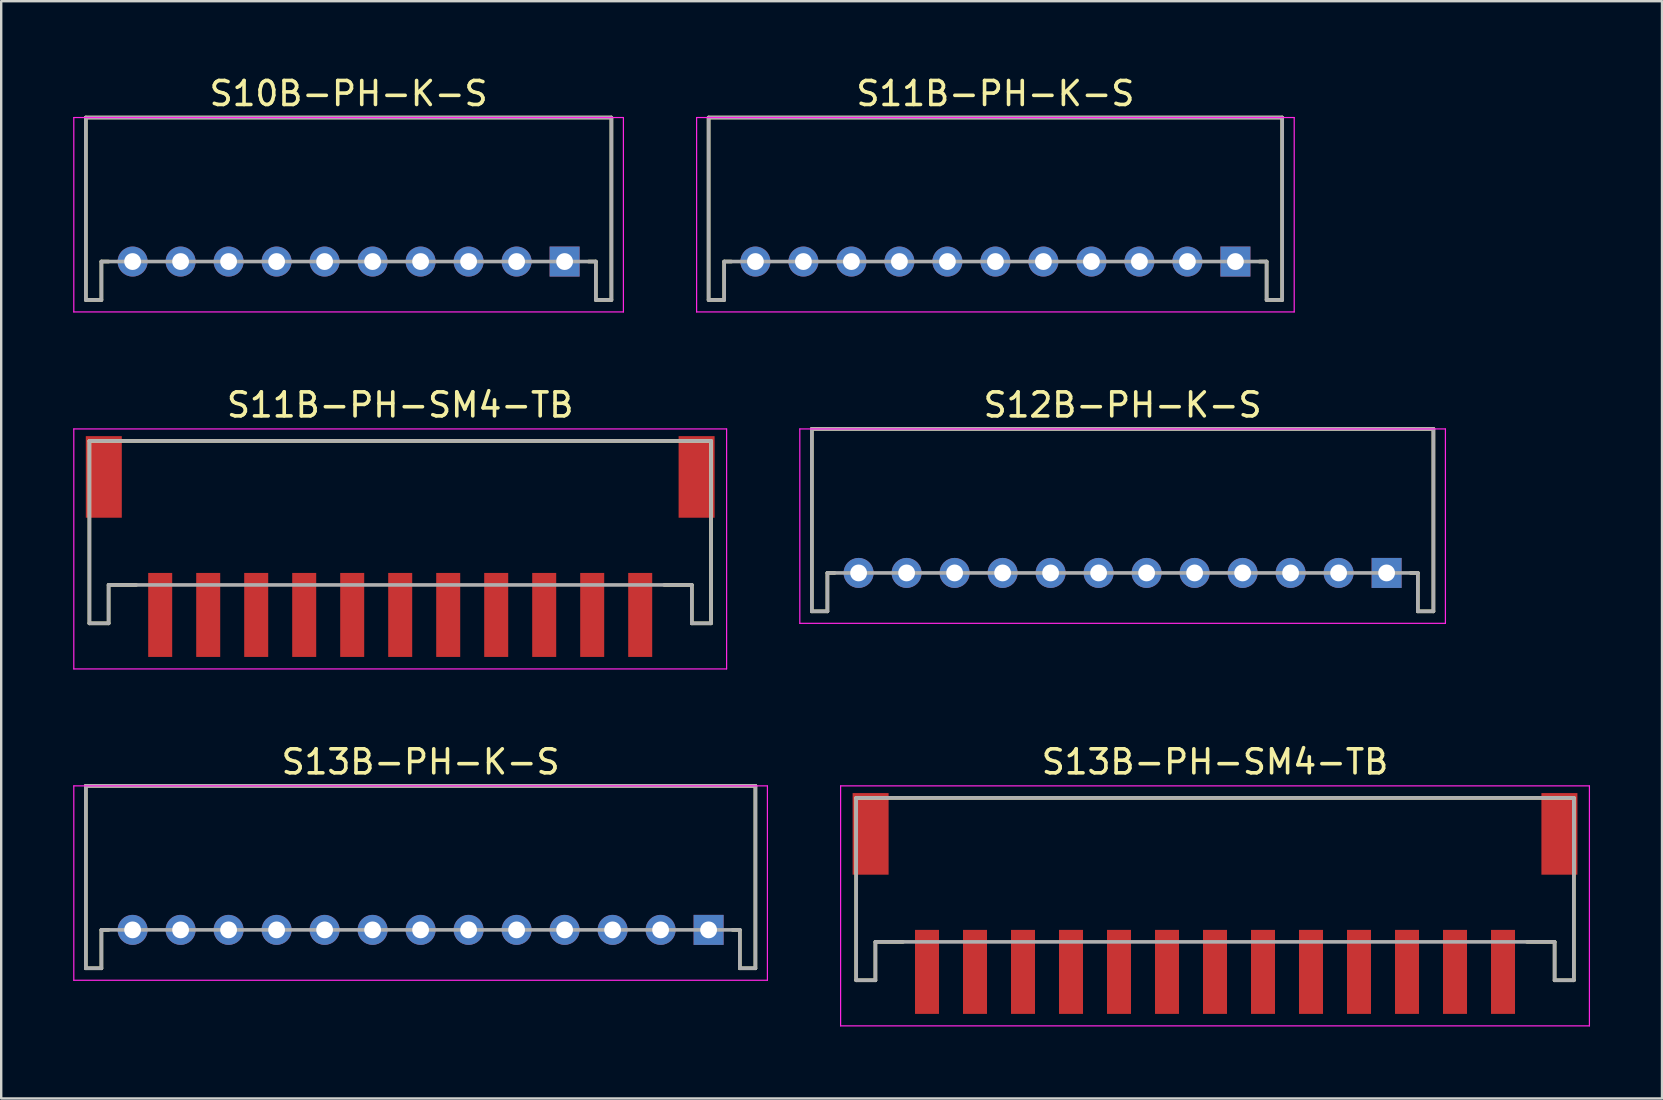
<source format=kicad_pcb>
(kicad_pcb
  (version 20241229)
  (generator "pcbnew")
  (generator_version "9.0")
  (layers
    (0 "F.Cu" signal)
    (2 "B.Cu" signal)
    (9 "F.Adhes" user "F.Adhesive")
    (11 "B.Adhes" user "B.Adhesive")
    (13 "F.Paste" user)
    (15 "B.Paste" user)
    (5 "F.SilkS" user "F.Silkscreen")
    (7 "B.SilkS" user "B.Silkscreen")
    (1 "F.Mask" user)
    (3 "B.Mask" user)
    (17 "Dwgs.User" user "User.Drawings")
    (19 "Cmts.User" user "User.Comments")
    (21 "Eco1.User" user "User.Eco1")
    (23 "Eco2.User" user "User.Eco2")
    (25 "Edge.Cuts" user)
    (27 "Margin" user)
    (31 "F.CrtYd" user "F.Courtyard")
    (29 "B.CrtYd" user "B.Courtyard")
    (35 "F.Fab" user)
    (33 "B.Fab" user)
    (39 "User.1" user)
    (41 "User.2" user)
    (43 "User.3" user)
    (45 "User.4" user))
  (footprint "S10B-PH-K-S"
    (layer "F.Cu")
    (at 11.475 7.848)
    (property "Reference" "S10B-PH-K-S" (at 0 -7 0) (layer "F.SilkS") (effects (font (size 1 1) (thickness 0.15))))
    (attr smd)
    (fp_line (start -10.95 -6) (end -10.95 1.6) (stroke (width 0.15) (type solid)) (layer "F.SilkS"))
    (fp_line (start -10.95 -6) (end 10.95 -6) (stroke (width 0.15) (type solid)) (layer "F.SilkS"))
    (fp_line (start -10.95 1.6) (end -10.3 1.6) (stroke (width 0.15) (type solid)) (layer "F.SilkS"))
    (fp_line (start -10.3 0) (end -10.3 1.6) (stroke (width 0.15) (type solid)) (layer "F.SilkS"))
    (fp_line (start -10.3 0) (end -10 0) (stroke (width 0.15) (type solid)) (layer "F.SilkS"))
    (fp_line (start 10 0) (end 10.3 0) (stroke (width 0.15) (type solid)) (layer "F.SilkS"))
    (fp_line (start 10.3 0) (end 10.3 1.6) (stroke (width 0.15) (type solid)) (layer "F.SilkS"))
    (fp_line (start 10.3 1.6) (end 10.95 1.6) (stroke (width 0.15) (type solid)) (layer "F.SilkS"))
    (fp_line (start 10.95 -6) (end 10.95 1.6) (stroke (width 0.15) (type solid)) (layer "F.SilkS"))
    (fp_line (start -11.45 -6) (end -11.45 2.1) (stroke (width 0.05) (type solid)) (layer "F.CrtYd"))
    (fp_line (start -11.45 -6) (end 11.45 -6) (stroke (width 0.05) (type solid)) (layer "F.CrtYd"))
    (fp_line (start -11.45 2.1) (end 11.45 2.1) (stroke (width 0.05) (type solid)) (layer "F.CrtYd"))
    (fp_line (start 11.45 -6) (end 11.45 2.1) (stroke (width 0.05) (type solid)) (layer "F.CrtYd"))
    (fp_line (start -10.95 -6) (end -10.95 1.6) (stroke (width 0.15) (type solid)) (layer "F.Fab"))
    (fp_line (start -10.95 -6) (end 10.95 -6) (stroke (width 0.15) (type solid)) (layer "F.Fab"))
    (fp_line (start -10.95 1.6) (end -10.3 1.6) (stroke (width 0.15) (type solid)) (layer "F.Fab"))
    (fp_line (start -10.3 0) (end -10.3 1.6) (stroke (width 0.15) (type solid)) (layer "F.Fab"))
    (fp_line (start -10.3 0) (end 10.3 0) (stroke (width 0.15) (type solid)) (layer "F.Fab"))
    (fp_line (start 10.3 0) (end 10.3 1.6) (stroke (width 0.15) (type solid)) (layer "F.Fab"))
    (fp_line (start 10.3 1.6) (end 10.95 1.6) (stroke (width 0.15) (type solid)) (layer "F.Fab"))
    (fp_line (start 10.95 -6) (end 10.95 1.6) (stroke (width 0.15) (type solid)) (layer "F.Fab"))
    (pad "1" thru_hole rect (at 9 0 180) (size 1.25 1.25) (drill 0.7) (layers "*.Cu" "*.Mask"))
    (pad "2" thru_hole circle (at 7 0 180) (size 1.25 1.25) (drill 0.7) (layers "*.Cu" "*.Mask"))
    (pad "3" thru_hole circle (at 5 0 180) (size 1.25 1.25) (drill 0.7) (layers "*.Cu" "*.Mask"))
    (pad "4" thru_hole circle (at 3 0 180) (size 1.25 1.25) (drill 0.7) (layers "*.Cu" "*.Mask"))
    (pad "5" thru_hole circle (at 1 0 180) (size 1.25 1.25) (drill 0.7) (layers "*.Cu" "*.Mask"))
    (pad "6" thru_hole circle (at -1 0 180) (size 1.25 1.25) (drill 0.7) (layers "*.Cu" "*.Mask"))
    (pad "7" thru_hole circle (at -3 0 180) (size 1.25 1.25) (drill 0.7) (layers "*.Cu" "*.Mask"))
    (pad "8" thru_hole circle (at -5 0 180) (size 1.25 1.25) (drill 0.7) (layers "*.Cu" "*.Mask"))
    (pad "9" thru_hole circle (at -7 0 180) (size 1.25 1.25) (drill 0.7) (layers "*.Cu" "*.Mask"))
    (pad "10" thru_hole circle (at -9 0 180) (size 1.25 1.25) (drill 0.7) (layers "*.Cu" "*.Mask")))
  (footprint "S12B-PH-K-S"
    (layer "F.Cu")
    (at 43.725 20.822)
    (property "Reference" "S12B-PH-K-S" (at 0 -7 0) (layer "F.SilkS") (effects (font (size 1 1) (thickness 0.15))))
    (attr smd)
    (fp_line (start -12.95 -6) (end -12.95 1.6) (stroke (width 0.15) (type solid)) (layer "F.SilkS"))
    (fp_line (start -12.95 -6) (end 12.95 -6) (stroke (width 0.15) (type solid)) (layer "F.SilkS"))
    (fp_line (start -12.95 1.6) (end -12.3 1.6) (stroke (width 0.15) (type solid)) (layer "F.SilkS"))
    (fp_line (start -12.3 0) (end -12.3 1.6) (stroke (width 0.15) (type solid)) (layer "F.SilkS"))
    (fp_line (start -12.3 0) (end -12 0) (stroke (width 0.15) (type solid)) (layer "F.SilkS"))
    (fp_line (start 12 0) (end 12.3 0) (stroke (width 0.15) (type solid)) (layer "F.SilkS"))
    (fp_line (start 12.3 0) (end 12.3 1.6) (stroke (width 0.15) (type solid)) (layer "F.SilkS"))
    (fp_line (start 12.3 1.6) (end 12.95 1.6) (stroke (width 0.15) (type solid)) (layer "F.SilkS"))
    (fp_line (start 12.95 -6) (end 12.95 1.6) (stroke (width 0.15) (type solid)) (layer "F.SilkS"))
    (fp_line (start -13.45 -6) (end -13.45 2.1) (stroke (width 0.05) (type solid)) (layer "F.CrtYd"))
    (fp_line (start -13.45 -6) (end 13.45 -6) (stroke (width 0.05) (type solid)) (layer "F.CrtYd"))
    (fp_line (start -13.45 2.1) (end 13.45 2.1) (stroke (width 0.05) (type solid)) (layer "F.CrtYd"))
    (fp_line (start 13.45 -6) (end 13.45 2.1) (stroke (width 0.05) (type solid)) (layer "F.CrtYd"))
    (fp_line (start -12.95 -6) (end -12.95 1.6) (stroke (width 0.15) (type solid)) (layer "F.Fab"))
    (fp_line (start -12.95 -6) (end 12.95 -6) (stroke (width 0.15) (type solid)) (layer "F.Fab"))
    (fp_line (start -12.95 1.6) (end -12.3 1.6) (stroke (width 0.15) (type solid)) (layer "F.Fab"))
    (fp_line (start -12.3 0) (end -12.3 1.6) (stroke (width 0.15) (type solid)) (layer "F.Fab"))
    (fp_line (start -12.3 0) (end 12.3 0) (stroke (width 0.15) (type solid)) (layer "F.Fab"))
    (fp_line (start 12.3 0) (end 12.3 1.6) (stroke (width 0.15) (type solid)) (layer "F.Fab"))
    (fp_line (start 12.3 1.6) (end 12.95 1.6) (stroke (width 0.15) (type solid)) (layer "F.Fab"))
    (fp_line (start 12.95 -6) (end 12.95 1.6) (stroke (width 0.15) (type solid)) (layer "F.Fab"))
    (pad "1" thru_hole rect (at 11 0 180) (size 1.25 1.25) (drill 0.7) (layers "*.Cu" "*.Mask"))
    (pad "2" thru_hole circle (at 9 0 180) (size 1.25 1.25) (drill 0.7) (layers "*.Cu" "*.Mask"))
    (pad "3" thru_hole circle (at 7 0 180) (size 1.25 1.25) (drill 0.7) (layers "*.Cu" "*.Mask"))
    (pad "4" thru_hole circle (at 5 0 180) (size 1.25 1.25) (drill 0.7) (layers "*.Cu" "*.Mask"))
    (pad "5" thru_hole circle (at 3 0 180) (size 1.25 1.25) (drill 0.7) (layers "*.Cu" "*.Mask"))
    (pad "6" thru_hole circle (at 1 0 180) (size 1.25 1.25) (drill 0.7) (layers "*.Cu" "*.Mask"))
    (pad "7" thru_hole circle (at -1 0 180) (size 1.25 1.25) (drill 0.7) (layers "*.Cu" "*.Mask"))
    (pad "8" thru_hole circle (at -3 0 180) (size 1.25 1.25) (drill 0.7) (layers "*.Cu" "*.Mask"))
    (pad "9" thru_hole circle (at -5 0 180) (size 1.25 1.25) (drill 0.7) (layers "*.Cu" "*.Mask"))
    (pad "10" thru_hole circle (at -7 0 180) (size 1.25 1.25) (drill 0.7) (layers "*.Cu" "*.Mask"))
    (pad "11" thru_hole circle (at -9 0 180) (size 1.25 1.25) (drill 0.7) (layers "*.Cu" "*.Mask"))
    (pad "12" thru_hole circle (at -11 0 180) (size 1.25 1.25) (drill 0.7) (layers "*.Cu" "*.Mask")))
  (footprint "S11B-PH-SM4-TB"
    (layer "F.Cu")
    (at 13.625 20.822)
    (property "Reference" "S11B-PH-SM4-TB" (at 0 -7 0) (layer "F.SilkS") (effects (font (size 1 1) (thickness 0.15))))
    (attr smd)
    (fp_line (start -12.95 -5.5) (end -12.95 2.1) (stroke (width 0.15) (type solid)) (layer "F.SilkS"))
    (fp_line (start -12.95 -5.5) (end 12.95 -5.5) (stroke (width 0.15) (type solid)) (layer "F.SilkS"))
    (fp_line (start -12.95 2.1) (end -12.15 2.1) (stroke (width 0.15) (type solid)) (layer "F.SilkS"))
    (fp_line (start -12.15 0.5) (end -12.15 2.1) (stroke (width 0.15) (type solid)) (layer "F.SilkS"))
    (fp_line (start -12.15 0.5) (end -11 0.5) (stroke (width 0.15) (type solid)) (layer "F.SilkS"))
    (fp_line (start 11 0.5) (end 12.15 0.5) (stroke (width 0.15) (type solid)) (layer "F.SilkS"))
    (fp_line (start 12.15 0.5) (end 12.15 2.1) (stroke (width 0.15) (type solid)) (layer "F.SilkS"))
    (fp_line (start 12.15 2.1) (end 12.95 2.1) (stroke (width 0.15) (type solid)) (layer "F.SilkS"))
    (fp_line (start 12.95 -5.5) (end 12.95 2.1) (stroke (width 0.15) (type solid)) (layer "F.SilkS"))
    (fp_line (start -13.6 -6) (end -13.6 4) (stroke (width 0.05) (type solid)) (layer "F.CrtYd"))
    (fp_line (start -13.6 -6) (end 13.6 -6) (stroke (width 0.05) (type solid)) (layer "F.CrtYd"))
    (fp_line (start -13.6 4) (end 13.6 4) (stroke (width 0.05) (type solid)) (layer "F.CrtYd"))
    (fp_line (start 13.6 -6) (end 13.6 4) (stroke (width 0.05) (type solid)) (layer "F.CrtYd"))
    (fp_line (start -12.95 -5.5) (end -12.95 2.1) (stroke (width 0.15) (type solid)) (layer "F.Fab"))
    (fp_line (start -12.95 -5.5) (end 12.95 -5.5) (stroke (width 0.15) (type solid)) (layer "F.Fab"))
    (fp_line (start -12.95 2.1) (end -12.15 2.1) (stroke (width 0.15) (type solid)) (layer "F.Fab"))
    (fp_line (start -12.15 0.5) (end -12.15 2.1) (stroke (width 0.15) (type solid)) (layer "F.Fab"))
    (fp_line (start -12.15 0.5) (end 12.15 0.5) (stroke (width 0.15) (type solid)) (layer "F.Fab"))
    (fp_line (start 12.15 0.5) (end 12.15 2.1) (stroke (width 0.15) (type solid)) (layer "F.Fab"))
    (fp_line (start 12.15 2.1) (end 12.95 2.1) (stroke (width 0.15) (type solid)) (layer "F.Fab"))
    (fp_line (start 12.95 -5.5) (end 12.95 2.1) (stroke (width 0.15) (type solid)) (layer "F.Fab"))
    (pad "1" smd rect (at 10 1.75 180) (size 1 3.5) (layers "F.Cu" "F.Mask" "F.Paste"))
    (pad "2" smd rect (at 8 1.75 180) (size 1 3.5) (layers "F.Cu" "F.Mask" "F.Paste"))
    (pad "3" smd rect (at 6 1.75 180) (size 1 3.5) (layers "F.Cu" "F.Mask" "F.Paste"))
    (pad "4" smd rect (at 4 1.75 180) (size 1 3.5) (layers "F.Cu" "F.Mask" "F.Paste"))
    (pad "5" smd rect (at 2 1.75 180) (size 1 3.5) (layers "F.Cu" "F.Mask" "F.Paste"))
    (pad "6" smd rect (at 0 1.75 180) (size 1 3.5) (layers "F.Cu" "F.Mask" "F.Paste"))
    (pad "7" smd rect (at -2 1.75 180) (size 1 3.5) (layers "F.Cu" "F.Mask" "F.Paste"))
    (pad "8" smd rect (at -4 1.75 180) (size 1 3.5) (layers "F.Cu" "F.Mask" "F.Paste"))
    (pad "9" smd rect (at -6 1.75 180) (size 1 3.5) (layers "F.Cu" "F.Mask" "F.Paste"))
    (pad "10" smd rect (at -8 1.75 180) (size 1 3.5) (layers "F.Cu" "F.Mask" "F.Paste"))
    (pad "11" smd rect (at -10 1.75 180) (size 1 3.5) (layers "F.Cu" "F.Mask" "F.Paste"))
    (pad "S" smd rect (at -12.35 -4 180) (size 1.5 3.4) (layers "F.Cu" "F.Mask" "F.Paste"))
    (pad "S" smd rect (at 12.35 -4 180) (size 1.5 3.4) (layers "F.Cu" "F.Mask" "F.Paste")))
  (footprint "S13B-PH-K-S"
    (layer "F.Cu")
    (at 14.475 35.695)
    (property "Reference" "S13B-PH-K-S" (at 0 -7 0) (layer "F.SilkS") (effects (font (size 1 1) (thickness 0.15))))
    (attr smd)
    (fp_line (start -13.95 -6) (end -13.95 1.6) (stroke (width 0.15) (type solid)) (layer "F.SilkS"))
    (fp_line (start -13.95 -6) (end 13.95 -6) (stroke (width 0.15) (type solid)) (layer "F.SilkS"))
    (fp_line (start -13.95 1.6) (end -13.3 1.6) (stroke (width 0.15) (type solid)) (layer "F.SilkS"))
    (fp_line (start -13.3 0) (end -13.3 1.6) (stroke (width 0.15) (type solid)) (layer "F.SilkS"))
    (fp_line (start -13.3 0) (end -13 0) (stroke (width 0.15) (type solid)) (layer "F.SilkS"))
    (fp_line (start 13 0) (end 13.3 0) (stroke (width 0.15) (type solid)) (layer "F.SilkS"))
    (fp_line (start 13.3 0) (end 13.3 1.6) (stroke (width 0.15) (type solid)) (layer "F.SilkS"))
    (fp_line (start 13.3 1.6) (end 13.95 1.6) (stroke (width 0.15) (type solid)) (layer "F.SilkS"))
    (fp_line (start 13.95 -6) (end 13.95 1.6) (stroke (width 0.15) (type solid)) (layer "F.SilkS"))
    (fp_line (start -14.45 -6) (end -14.45 2.1) (stroke (width 0.05) (type solid)) (layer "F.CrtYd"))
    (fp_line (start -14.45 -6) (end 14.45 -6) (stroke (width 0.05) (type solid)) (layer "F.CrtYd"))
    (fp_line (start -14.45 2.1) (end 14.45 2.1) (stroke (width 0.05) (type solid)) (layer "F.CrtYd"))
    (fp_line (start 14.45 -6) (end 14.45 2.1) (stroke (width 0.05) (type solid)) (layer "F.CrtYd"))
    (fp_line (start -13.95 -6) (end -13.95 1.6) (stroke (width 0.15) (type solid)) (layer "F.Fab"))
    (fp_line (start -13.95 -6) (end 13.95 -6) (stroke (width 0.15) (type solid)) (layer "F.Fab"))
    (fp_line (start -13.95 1.6) (end -13.3 1.6) (stroke (width 0.15) (type solid)) (layer "F.Fab"))
    (fp_line (start -13.3 0) (end -13.3 1.6) (stroke (width 0.15) (type solid)) (layer "F.Fab"))
    (fp_line (start -13.3 0) (end 13.3 0) (stroke (width 0.15) (type solid)) (layer "F.Fab"))
    (fp_line (start 13.3 0) (end 13.3 1.6) (stroke (width 0.15) (type solid)) (layer "F.Fab"))
    (fp_line (start 13.3 1.6) (end 13.95 1.6) (stroke (width 0.15) (type solid)) (layer "F.Fab"))
    (fp_line (start 13.95 -6) (end 13.95 1.6) (stroke (width 0.15) (type solid)) (layer "F.Fab"))
    (pad "1" thru_hole rect (at 12 0 180) (size 1.25 1.25) (drill 0.7) (layers "*.Cu" "*.Mask"))
    (pad "2" thru_hole circle (at 10 0 180) (size 1.25 1.25) (drill 0.7) (layers "*.Cu" "*.Mask"))
    (pad "3" thru_hole circle (at 8 0 180) (size 1.25 1.25) (drill 0.7) (layers "*.Cu" "*.Mask"))
    (pad "4" thru_hole circle (at 6 0 180) (size 1.25 1.25) (drill 0.7) (layers "*.Cu" "*.Mask"))
    (pad "5" thru_hole circle (at 4 0 180) (size 1.25 1.25) (drill 0.7) (layers "*.Cu" "*.Mask"))
    (pad "6" thru_hole circle (at 2 0 180) (size 1.25 1.25) (drill 0.7) (layers "*.Cu" "*.Mask"))
    (pad "7" thru_hole circle (at 0 0 180) (size 1.25 1.25) (drill 0.7) (layers "*.Cu" "*.Mask"))
    (pad "8" thru_hole circle (at -2 0 180) (size 1.25 1.25) (drill 0.7) (layers "*.Cu" "*.Mask"))
    (pad "9" thru_hole circle (at -4 0 180) (size 1.25 1.25) (drill 0.7) (layers "*.Cu" "*.Mask"))
    (pad "10" thru_hole circle (at -6 0 180) (size 1.25 1.25) (drill 0.7) (layers "*.Cu" "*.Mask"))
    (pad "11" thru_hole circle (at -8 0 180) (size 1.25 1.25) (drill 0.7) (layers "*.Cu" "*.Mask"))
    (pad "12" thru_hole circle (at -10 0 180) (size 1.25 1.25) (drill 0.7) (layers "*.Cu" "*.Mask"))
    (pad "13" thru_hole circle (at -12 0 180) (size 1.25 1.25) (drill 0.7) (layers "*.Cu" "*.Mask")))
  (footprint "S11B-PH-K-S"
    (layer "F.Cu")
    (at 38.425 7.848)
    (property "Reference" "S11B-PH-K-S" (at 0 -7 0) (layer "F.SilkS") (effects (font (size 1 1) (thickness 0.15))))
    (attr smd)
    (fp_line (start -11.95 -6) (end -11.95 1.6) (stroke (width 0.15) (type solid)) (layer "F.SilkS"))
    (fp_line (start -11.95 -6) (end 11.95 -6) (stroke (width 0.15) (type solid)) (layer "F.SilkS"))
    (fp_line (start -11.95 1.6) (end -11.3 1.6) (stroke (width 0.15) (type solid)) (layer "F.SilkS"))
    (fp_line (start -11.3 0) (end -11.3 1.6) (stroke (width 0.15) (type solid)) (layer "F.SilkS"))
    (fp_line (start -11.3 0) (end -11 0) (stroke (width 0.15) (type solid)) (layer "F.SilkS"))
    (fp_line (start 11 0) (end 11.3 0) (stroke (width 0.15) (type solid)) (layer "F.SilkS"))
    (fp_line (start 11.3 0) (end 11.3 1.6) (stroke (width 0.15) (type solid)) (layer "F.SilkS"))
    (fp_line (start 11.3 1.6) (end 11.95 1.6) (stroke (width 0.15) (type solid)) (layer "F.SilkS"))
    (fp_line (start 11.95 -6) (end 11.95 1.6) (stroke (width 0.15) (type solid)) (layer "F.SilkS"))
    (fp_line (start -12.45 -6) (end -12.45 2.1) (stroke (width 0.05) (type solid)) (layer "F.CrtYd"))
    (fp_line (start -12.45 -6) (end 12.45 -6) (stroke (width 0.05) (type solid)) (layer "F.CrtYd"))
    (fp_line (start -12.45 2.1) (end 12.45 2.1) (stroke (width 0.05) (type solid)) (layer "F.CrtYd"))
    (fp_line (start 12.45 -6) (end 12.45 2.1) (stroke (width 0.05) (type solid)) (layer "F.CrtYd"))
    (fp_line (start -11.95 -6) (end -11.95 1.6) (stroke (width 0.15) (type solid)) (layer "F.Fab"))
    (fp_line (start -11.95 -6) (end 11.95 -6) (stroke (width 0.15) (type solid)) (layer "F.Fab"))
    (fp_line (start -11.95 1.6) (end -11.3 1.6) (stroke (width 0.15) (type solid)) (layer "F.Fab"))
    (fp_line (start -11.3 0) (end -11.3 1.6) (stroke (width 0.15) (type solid)) (layer "F.Fab"))
    (fp_line (start -11.3 0) (end 11.3 0) (stroke (width 0.15) (type solid)) (layer "F.Fab"))
    (fp_line (start 11.3 0) (end 11.3 1.6) (stroke (width 0.15) (type solid)) (layer "F.Fab"))
    (fp_line (start 11.3 1.6) (end 11.95 1.6) (stroke (width 0.15) (type solid)) (layer "F.Fab"))
    (fp_line (start 11.95 -6) (end 11.95 1.6) (stroke (width 0.15) (type solid)) (layer "F.Fab"))
    (pad "1" thru_hole rect (at 10 0 180) (size 1.25 1.25) (drill 0.7) (layers "*.Cu" "*.Mask"))
    (pad "2" thru_hole circle (at 8 0 180) (size 1.25 1.25) (drill 0.7) (layers "*.Cu" "*.Mask"))
    (pad "3" thru_hole circle (at 6 0 180) (size 1.25 1.25) (drill 0.7) (layers "*.Cu" "*.Mask"))
    (pad "4" thru_hole circle (at 4 0 180) (size 1.25 1.25) (drill 0.7) (layers "*.Cu" "*.Mask"))
    (pad "5" thru_hole circle (at 2 0 180) (size 1.25 1.25) (drill 0.7) (layers "*.Cu" "*.Mask"))
    (pad "6" thru_hole circle (at 0 0 180) (size 1.25 1.25) (drill 0.7) (layers "*.Cu" "*.Mask"))
    (pad "7" thru_hole circle (at -2 0 180) (size 1.25 1.25) (drill 0.7) (layers "*.Cu" "*.Mask"))
    (pad "8" thru_hole circle (at -4 0 180) (size 1.25 1.25) (drill 0.7) (layers "*.Cu" "*.Mask"))
    (pad "9" thru_hole circle (at -6 0 180) (size 1.25 1.25) (drill 0.7) (layers "*.Cu" "*.Mask"))
    (pad "10" thru_hole circle (at -8 0 180) (size 1.25 1.25) (drill 0.7) (layers "*.Cu" "*.Mask"))
    (pad "11" thru_hole circle (at -10 0 180) (size 1.25 1.25) (drill 0.7) (layers "*.Cu" "*.Mask")))
  (footprint "S13B-PH-SM4-TB"
    (layer "F.Cu")
    (at 47.575 35.695)
    (property "Reference" "S13B-PH-SM4-TB" (at 0 -7 0) (layer "F.SilkS") (effects (font (size 1 1) (thickness 0.15))))
    (attr smd)
    (fp_line (start -14.95 -5.5) (end -14.95 2.1) (stroke (width 0.15) (type solid)) (layer "F.SilkS"))
    (fp_line (start -14.95 -5.5) (end 14.95 -5.5) (stroke (width 0.15) (type solid)) (layer "F.SilkS"))
    (fp_line (start -14.95 2.1) (end -14.15 2.1) (stroke (width 0.15) (type solid)) (layer "F.SilkS"))
    (fp_line (start -14.15 0.5) (end -14.15 2.1) (stroke (width 0.15) (type solid)) (layer "F.SilkS"))
    (fp_line (start -14.15 0.5) (end -13 0.5) (stroke (width 0.15) (type solid)) (layer "F.SilkS"))
    (fp_line (start 13 0.5) (end 14.15 0.5) (stroke (width 0.15) (type solid)) (layer "F.SilkS"))
    (fp_line (start 14.15 0.5) (end 14.15 2.1) (stroke (width 0.15) (type solid)) (layer "F.SilkS"))
    (fp_line (start 14.15 2.1) (end 14.95 2.1) (stroke (width 0.15) (type solid)) (layer "F.SilkS"))
    (fp_line (start 14.95 -5.5) (end 14.95 2.1) (stroke (width 0.15) (type solid)) (layer "F.SilkS"))
    (fp_line (start -15.6 -6) (end -15.6 4) (stroke (width 0.05) (type solid)) (layer "F.CrtYd"))
    (fp_line (start -15.6 -6) (end 15.6 -6) (stroke (width 0.05) (type solid)) (layer "F.CrtYd"))
    (fp_line (start -15.6 4) (end 15.6 4) (stroke (width 0.05) (type solid)) (layer "F.CrtYd"))
    (fp_line (start 15.6 -6) (end 15.6 4) (stroke (width 0.05) (type solid)) (layer "F.CrtYd"))
    (fp_line (start -14.95 -5.5) (end -14.95 2.1) (stroke (width 0.15) (type solid)) (layer "F.Fab"))
    (fp_line (start -14.95 -5.5) (end 14.95 -5.5) (stroke (width 0.15) (type solid)) (layer "F.Fab"))
    (fp_line (start -14.95 2.1) (end -14.15 2.1) (stroke (width 0.15) (type solid)) (layer "F.Fab"))
    (fp_line (start -14.15 0.5) (end -14.15 2.1) (stroke (width 0.15) (type solid)) (layer "F.Fab"))
    (fp_line (start -14.15 0.5) (end 14.15 0.5) (stroke (width 0.15) (type solid)) (layer "F.Fab"))
    (fp_line (start 14.15 0.5) (end 14.15 2.1) (stroke (width 0.15) (type solid)) (layer "F.Fab"))
    (fp_line (start 14.15 2.1) (end 14.95 2.1) (stroke (width 0.15) (type solid)) (layer "F.Fab"))
    (fp_line (start 14.95 -5.5) (end 14.95 2.1) (stroke (width 0.15) (type solid)) (layer "F.Fab"))
    (pad "1" smd rect (at 12 1.75 180) (size 1 3.5) (layers "F.Cu" "F.Mask" "F.Paste"))
    (pad "2" smd rect (at 10 1.75 180) (size 1 3.5) (layers "F.Cu" "F.Mask" "F.Paste"))
    (pad "3" smd rect (at 8 1.75 180) (size 1 3.5) (layers "F.Cu" "F.Mask" "F.Paste"))
    (pad "4" smd rect (at 6 1.75 180) (size 1 3.5) (layers "F.Cu" "F.Mask" "F.Paste"))
    (pad "5" smd rect (at 4 1.75 180) (size 1 3.5) (layers "F.Cu" "F.Mask" "F.Paste"))
    (pad "6" smd rect (at 2 1.75 180) (size 1 3.5) (layers "F.Cu" "F.Mask" "F.Paste"))
    (pad "7" smd rect (at 0 1.75 180) (size 1 3.5) (layers "F.Cu" "F.Mask" "F.Paste"))
    (pad "8" smd rect (at -2 1.75 180) (size 1 3.5) (layers "F.Cu" "F.Mask" "F.Paste"))
    (pad "9" smd rect (at -4 1.75 180) (size 1 3.5) (layers "F.Cu" "F.Mask" "F.Paste"))
    (pad "10" smd rect (at -6 1.75 180) (size 1 3.5) (layers "F.Cu" "F.Mask" "F.Paste"))
    (pad "11" smd rect (at -8 1.75 180) (size 1 3.5) (layers "F.Cu" "F.Mask" "F.Paste"))
    (pad "12" smd rect (at -10 1.75 180) (size 1 3.5) (layers "F.Cu" "F.Mask" "F.Paste"))
    (pad "13" smd rect (at -12 1.75 180) (size 1 3.5) (layers "F.Cu" "F.Mask" "F.Paste"))
    (pad "S" smd rect (at -14.35 -4 180) (size 1.5 3.4) (layers "F.Cu" "F.Mask" "F.Paste"))
    (pad "S" smd rect (at 14.35 -4 180) (size 1.5 3.4) (layers "F.Cu" "F.Mask" "F.Paste")))
  (gr_rect
    (start -3 -3)
    (end 66.2 42.72)
    (stroke (width 0.1) (type default))
    (fill no)
    (layer "Edge.Cuts")))
</source>
